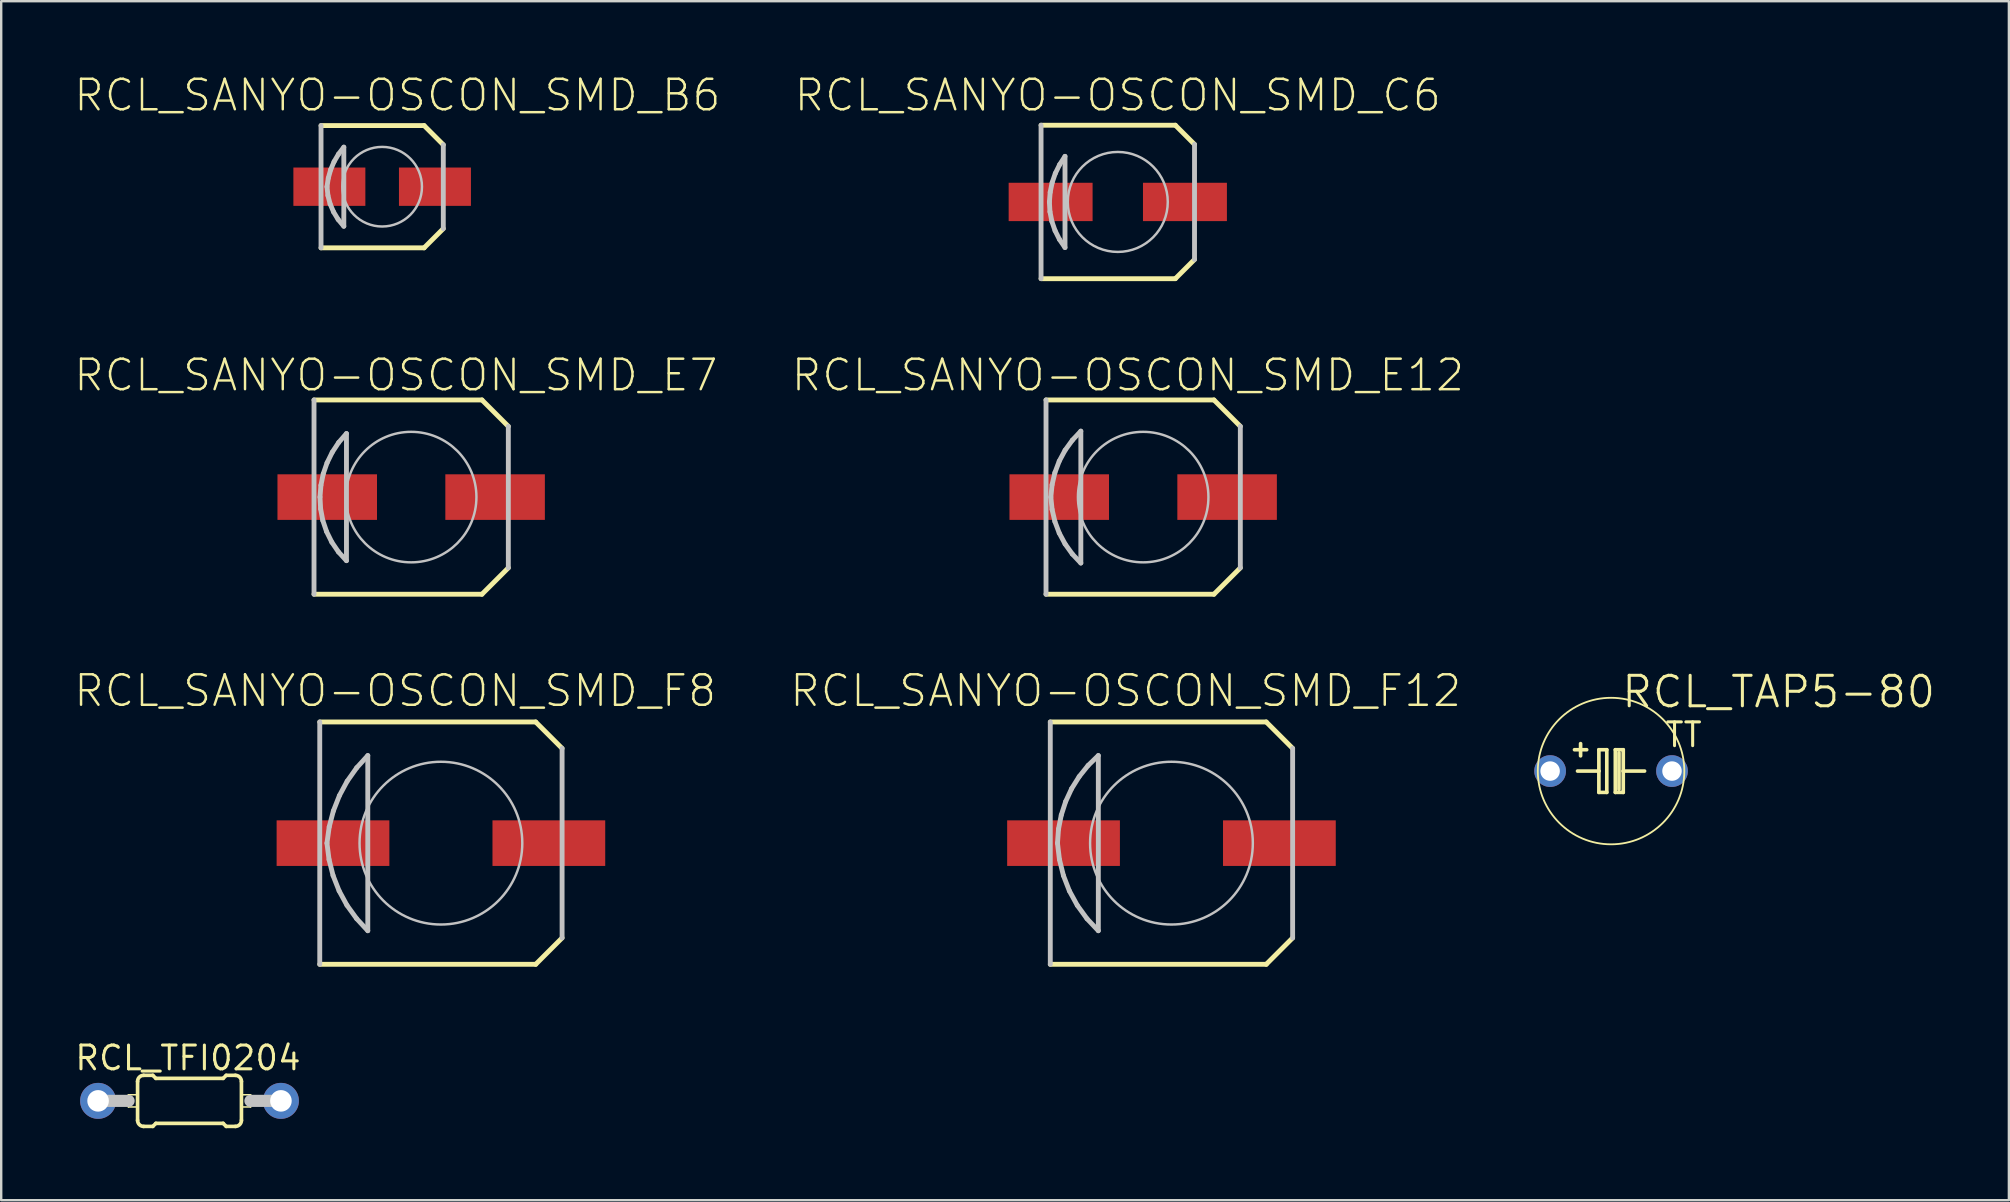
<source format=kicad_pcb>
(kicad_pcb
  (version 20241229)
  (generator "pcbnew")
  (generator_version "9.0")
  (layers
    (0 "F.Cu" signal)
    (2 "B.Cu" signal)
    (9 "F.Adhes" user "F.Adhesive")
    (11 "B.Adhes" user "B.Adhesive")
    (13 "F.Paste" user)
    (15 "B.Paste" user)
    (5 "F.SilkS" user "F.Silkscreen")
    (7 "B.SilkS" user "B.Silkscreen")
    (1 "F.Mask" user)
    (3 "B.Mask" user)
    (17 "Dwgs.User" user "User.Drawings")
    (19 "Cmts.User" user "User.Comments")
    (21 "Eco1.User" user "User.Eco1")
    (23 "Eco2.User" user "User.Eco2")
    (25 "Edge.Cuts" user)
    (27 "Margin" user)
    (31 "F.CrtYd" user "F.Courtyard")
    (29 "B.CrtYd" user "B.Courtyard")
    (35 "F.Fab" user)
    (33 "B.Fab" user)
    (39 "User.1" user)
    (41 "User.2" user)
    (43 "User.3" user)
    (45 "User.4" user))
  (footprint "RCL_TFI0204"
    (layer "F.Cu")
    (at 4.848 42.83)
    (property "Reference" "RCL_TFI0204" (at -0.064 -1.788 0) (layer "F.SilkS") (effects (font (size 0.991 0.991) (thickness 0.127))))
    (attr exclude_from_pos_files exclude_from_bom)
    (fp_line (start -2.545 -0.254) (end -2.164 -0.254) (stroke (width 0.066) (type solid)) (layer "F.SilkS"))
    (fp_line (start -2.545 0.254) (end -2.545 -0.254) (stroke (width 0.066) (type solid)) (layer "F.SilkS"))
    (fp_line (start -2.545 0.254) (end -2.164 0.254) (stroke (width 0.066) (type solid)) (layer "F.SilkS"))
    (fp_line (start -2.164 0.254) (end -2.164 -0.254) (stroke (width 0.066) (type solid)) (layer "F.SilkS"))
    (fp_line (start -2.164 0.81) (end -2.164 -0.81) (stroke (width 0.152) (type solid)) (layer "F.SilkS"))
    (fp_line (start -1.91 -1.064) (end -1.529 -1.064) (stroke (width 0.152) (type solid)) (layer "F.SilkS"))
    (fp_line (start -1.91 1.064) (end -1.529 1.064) (stroke (width 0.152) (type solid)) (layer "F.SilkS"))
    (fp_line (start -1.402 -0.937) (end -1.529 -1.064) (stroke (width 0.152) (type solid)) (layer "F.SilkS"))
    (fp_line (start -1.402 0.937) (end -1.529 1.064) (stroke (width 0.152) (type solid)) (layer "F.SilkS"))
    (fp_line (start 1.402 -0.937) (end -1.402 -0.937) (stroke (width 0.152) (type solid)) (layer "F.SilkS"))
    (fp_line (start 1.402 -0.937) (end 1.529 -1.064) (stroke (width 0.152) (type solid)) (layer "F.SilkS"))
    (fp_line (start 1.402 0.937) (end -1.402 0.937) (stroke (width 0.152) (type solid)) (layer "F.SilkS"))
    (fp_line (start 1.402 0.937) (end 1.529 1.064) (stroke (width 0.152) (type solid)) (layer "F.SilkS"))
    (fp_line (start 1.91 -1.064) (end 1.529 -1.064) (stroke (width 0.152) (type solid)) (layer "F.SilkS"))
    (fp_line (start 1.91 1.064) (end 1.529 1.064) (stroke (width 0.152) (type solid)) (layer "F.SilkS"))
    (fp_line (start 2.164 -0.254) (end 2.545 -0.254) (stroke (width 0.066) (type solid)) (layer "F.SilkS"))
    (fp_line (start 2.164 0.254) (end 2.164 -0.254) (stroke (width 0.066) (type solid)) (layer "F.SilkS"))
    (fp_line (start 2.164 0.254) (end 2.545 0.254) (stroke (width 0.066) (type solid)) (layer "F.SilkS"))
    (fp_line (start 2.164 0.81) (end 2.164 -0.81) (stroke (width 0.152) (type solid)) (layer "F.SilkS"))
    (fp_line (start 2.545 0.254) (end 2.545 -0.254) (stroke (width 0.066) (type solid)) (layer "F.SilkS"))
    (fp_arc (start -2.16408 -0.81026) (mid -2.089685 -0.989865) (end -1.91008 -1.06426) (stroke (width 0.1524) (type solid)) (layer "F.SilkS"))
    (fp_arc (start -1.91008 1.06426) (mid -2.089685 0.989865) (end -2.16408 0.81026) (stroke (width 0.1524) (type solid)) (layer "F.SilkS"))
    (fp_arc (start 1.91008 -1.06426) (mid 2.089685 -0.989865) (end 2.16408 -0.81026) (stroke (width 0.1524) (type solid)) (layer "F.SilkS"))
    (fp_arc (start 2.16408 0.81026) (mid 2.089685 0.989865) (end 1.91008 1.06426) (stroke (width 0.1524) (type solid)) (layer "F.SilkS"))
    (fp_line (start -3.81 0) (end -2.54 0) (stroke (width 0.508) (type solid)) (layer "Dwgs.User"))
    (fp_line (start 3.81 0) (end 2.54 0) (stroke (width 0.508) (type solid)) (layer "Dwgs.User"))
    (pad "1" thru_hole circle (at -3.81 0) (size 1.499 1.499) (drill 0.899) (layers "*.Cu" "*.Paste" "*.Mask"))
    (pad "2" thru_hole circle (at 3.81 0) (size 1.499 1.499) (drill 0.899) (layers "*.Cu" "*.Paste" "*.Mask")))
  (footprint "RCL_SANYO-OSCON_SMD_B6"
    (layer "F.Cu")
    (at 12.877 4.731)
    (property "Reference" "RCL_SANYO-OSCON_SMD_B6" (at 0.635 -3.81 0) (layer "F.SilkS") (effects (font (size 1.27 1.27) (thickness 0.102))))
    (attr smd)
    (fp_line (start -2.548 -2.548) (end 1.748 -2.548) (stroke (width 0.203) (type solid)) (layer "F.SilkS"))
    (fp_line (start 1.748 -2.548) (end 2.548 -1.748) (stroke (width 0.203) (type solid)) (layer "F.SilkS"))
    (fp_line (start 1.748 2.548) (end -2.548 2.548) (stroke (width 0.203) (type solid)) (layer "F.SilkS"))
    (fp_line (start 2.548 1.748) (end 1.748 2.548) (stroke (width 0.203) (type solid)) (layer "F.SilkS"))
    (fp_line (start -2.548 2.548) (end -2.548 -2.548) (stroke (width 0.203) (type solid)) (layer "Dwgs.User"))
    (fp_line (start -2.299 0) (end -2.261 0.363) (stroke (width 0.203) (type solid)) (layer "Dwgs.User"))
    (fp_line (start -2.261 0.363) (end -2.169 0.719) (stroke (width 0.203) (type solid)) (layer "Dwgs.User"))
    (fp_line (start -2.245 -0.358) (end -2.299 0) (stroke (width 0.203) (type solid)) (layer "Dwgs.User"))
    (fp_line (start -2.169 0.719) (end -2.024 1.054) (stroke (width 0.203) (type solid)) (layer "Dwgs.User"))
    (fp_line (start -2.146 -0.709) (end -2.245 -0.358) (stroke (width 0.203) (type solid)) (layer "Dwgs.User"))
    (fp_line (start -2.024 1.054) (end -1.834 1.367) (stroke (width 0.203) (type solid)) (layer "Dwgs.User"))
    (fp_line (start -2.004 -1.044) (end -2.146 -0.709) (stroke (width 0.203) (type solid)) (layer "Dwgs.User"))
    (fp_line (start -1.834 1.367) (end -1.598 1.648) (stroke (width 0.203) (type solid)) (layer "Dwgs.User"))
    (fp_line (start -1.819 -1.359) (end -2.004 -1.044) (stroke (width 0.203) (type solid)) (layer "Dwgs.User"))
    (fp_line (start -1.598 -1.648) (end -1.819 -1.359) (stroke (width 0.203) (type solid)) (layer "Dwgs.User"))
    (fp_line (start -1.598 1.648) (end -1.598 -1.648) (stroke (width 0.203) (type solid)) (layer "Dwgs.User"))
    (fp_line (start 2.548 -1.748) (end 2.548 1.748) (stroke (width 0.203) (type solid)) (layer "Dwgs.User"))
    (fp_circle (center 0 0) (end -1.173 1.173) (stroke (width 0.102) (type solid)) (fill no) (layer "Dwgs.User"))
    (pad "+" smd rect (at 2.2 0) (size 3 1.598) (layers "F.Cu" "F.Mask" "F.Paste"))
    (pad "-" smd rect (at -2.2 0) (size 3 1.598) (layers "F.Cu" "F.Mask" "F.Paste")))
  (footprint "RCL_SANYO-OSCON_SMD_C6"
    (layer "F.Cu")
    (at 43.535 5.366)
    (property "Reference" "RCL_SANYO-OSCON_SMD_C6" (at 0 -4.445 0) (layer "F.SilkS") (effects (font (size 1.27 1.27) (thickness 0.102))))
    (attr smd)
    (fp_line (start -3.198 -3.198) (end 2.398 -3.198) (stroke (width 0.203) (type solid)) (layer "F.SilkS"))
    (fp_line (start 2.398 -3.198) (end 3.198 -2.398) (stroke (width 0.203) (type solid)) (layer "F.SilkS"))
    (fp_line (start 2.398 3.198) (end -3.198 3.198) (stroke (width 0.203) (type solid)) (layer "F.SilkS"))
    (fp_line (start 3.198 2.398) (end 2.398 3.198) (stroke (width 0.203) (type solid)) (layer "F.SilkS"))
    (fp_line (start -3.198 3.198) (end -3.198 -3.198) (stroke (width 0.203) (type solid)) (layer "Dwgs.User"))
    (fp_line (start -2.85 0) (end -2.817 -0.406) (stroke (width 0.203) (type solid)) (layer "Dwgs.User"))
    (fp_line (start -2.827 0.406) (end -2.85 0) (stroke (width 0.203) (type solid)) (layer "Dwgs.User"))
    (fp_line (start -2.817 -0.406) (end -2.736 -0.805) (stroke (width 0.203) (type solid)) (layer "Dwgs.User"))
    (fp_line (start -2.748 0.808) (end -2.827 0.406) (stroke (width 0.203) (type solid)) (layer "Dwgs.User"))
    (fp_line (start -2.736 -0.805) (end -2.603 -1.191) (stroke (width 0.203) (type solid)) (layer "Dwgs.User"))
    (fp_line (start -2.614 1.196) (end -2.748 0.808) (stroke (width 0.203) (type solid)) (layer "Dwgs.User"))
    (fp_line (start -2.603 -1.191) (end -2.423 -1.557) (stroke (width 0.203) (type solid)) (layer "Dwgs.User"))
    (fp_line (start -2.431 1.562) (end -2.614 1.196) (stroke (width 0.203) (type solid)) (layer "Dwgs.User"))
    (fp_line (start -2.423 -1.557) (end -2.2 -1.9) (stroke (width 0.203) (type solid)) (layer "Dwgs.User"))
    (fp_line (start -2.2 -1.9) (end -2.2 1.9) (stroke (width 0.203) (type solid)) (layer "Dwgs.User"))
    (fp_line (start -2.2 1.9) (end -2.431 1.562) (stroke (width 0.203) (type solid)) (layer "Dwgs.User"))
    (fp_line (start 3.198 -2.398) (end 3.198 2.398) (stroke (width 0.203) (type solid)) (layer "Dwgs.User"))
    (fp_circle (center 0 0) (end -1.473 1.473) (stroke (width 0.102) (type solid)) (fill no) (layer "Dwgs.User"))
    (pad "+" smd rect (at 2.799 0) (size 3.498 1.598) (layers "F.Cu" "F.Mask" "F.Paste"))
    (pad "-" smd rect (at -2.799 0) (size 3.498 1.598) (layers "F.Cu" "F.Mask" "F.Paste")))
  (footprint "RCL_SANYO-OSCON_SMD_E12"
    (layer "F.Cu")
    (at 44.593 17.667)
    (property "Reference" "RCL_SANYO-OSCON_SMD_E12" (at -0.635 -5.08 0) (layer "F.SilkS") (effects (font (size 1.27 1.27) (thickness 0.102))))
    (attr smd)
    (fp_line (start -4.049 -4.049) (end 2.949 -4.049) (stroke (width 0.203) (type solid)) (layer "F.SilkS"))
    (fp_line (start 2.949 -4.049) (end 4.049 -2.949) (stroke (width 0.203) (type solid)) (layer "F.SilkS"))
    (fp_line (start 2.949 4.049) (end -4.049 4.049) (stroke (width 0.203) (type solid)) (layer "F.SilkS"))
    (fp_line (start 4.049 2.949) (end 2.949 4.049) (stroke (width 0.203) (type solid)) (layer "F.SilkS"))
    (fp_line (start -4.049 4.049) (end -4.049 -4.049) (stroke (width 0.203) (type solid)) (layer "Dwgs.User"))
    (fp_line (start -3.848 0) (end -3.797 0.513) (stroke (width 0.203) (type solid)) (layer "Dwgs.User"))
    (fp_line (start -3.797 -0.513) (end -3.848 0) (stroke (width 0.203) (type solid)) (layer "Dwgs.User"))
    (fp_line (start -3.797 0.513) (end -3.68 1.016) (stroke (width 0.203) (type solid)) (layer "Dwgs.User"))
    (fp_line (start -3.68 -1.016) (end -3.797 -0.513) (stroke (width 0.203) (type solid)) (layer "Dwgs.User"))
    (fp_line (start -3.68 1.016) (end -3.498 1.499) (stroke (width 0.203) (type solid)) (layer "Dwgs.User"))
    (fp_line (start -3.498 -1.499) (end -3.68 -1.016) (stroke (width 0.203) (type solid)) (layer "Dwgs.User"))
    (fp_line (start -3.498 1.499) (end -3.254 1.953) (stroke (width 0.203) (type solid)) (layer "Dwgs.User"))
    (fp_line (start -3.254 -1.953) (end -3.498 -1.499) (stroke (width 0.203) (type solid)) (layer "Dwgs.User"))
    (fp_line (start -3.254 1.953) (end -2.954 2.372) (stroke (width 0.203) (type solid)) (layer "Dwgs.User"))
    (fp_line (start -2.954 2.372) (end -2.598 2.748) (stroke (width 0.203) (type solid)) (layer "Dwgs.User"))
    (fp_line (start -2.951 -2.372) (end -3.254 -1.953) (stroke (width 0.203) (type solid)) (layer "Dwgs.User"))
    (fp_line (start -2.598 -2.748) (end -2.951 -2.372) (stroke (width 0.203) (type solid)) (layer "Dwgs.User"))
    (fp_line (start -2.598 2.748) (end -2.598 -2.748) (stroke (width 0.203) (type solid)) (layer "Dwgs.User"))
    (fp_line (start 4.049 -2.949) (end 4.049 2.949) (stroke (width 0.203) (type solid)) (layer "Dwgs.User"))
    (fp_circle (center 0 0) (end -1.923 1.923) (stroke (width 0.102) (type solid)) (fill no) (layer "Dwgs.User"))
    (pad "+" smd rect (at 3.498 0) (size 4.148 1.9) (layers "F.Cu" "F.Mask" "F.Paste"))
    (pad "-" smd rect (at -3.498 0) (size 4.148 1.9) (layers "F.Cu" "F.Mask" "F.Paste")))
  (footprint "RCL_TAP5-80"
    (layer "F.Cu")
    (at 64.093 29.085)
    (property "Reference" "RCL_TAP5-80" (at 6.985 -3.302 0) (layer "F.SilkS") (effects (font (size 1.27 1.27) (thickness 0.127))))
    (attr exclude_from_pos_files exclude_from_bom)
    (fp_line (start -1.397 0) (end -0.508 0) (stroke (width 0.152) (type solid)) (layer "F.SilkS"))
    (fp_line (start -1.27 -0.635) (end -1.27 -1.143) (stroke (width 0.152) (type solid)) (layer "F.SilkS"))
    (fp_line (start -1.016 -0.889) (end -1.524 -0.889) (stroke (width 0.152) (type solid)) (layer "F.SilkS"))
    (fp_line (start -0.508 -0.889) (end -0.508 0) (stroke (width 0.152) (type solid)) (layer "F.SilkS"))
    (fp_line (start -0.508 0) (end -0.508 0.889) (stroke (width 0.152) (type solid)) (layer "F.SilkS"))
    (fp_line (start -0.508 0.889) (end -0.178 0.889) (stroke (width 0.152) (type solid)) (layer "F.SilkS"))
    (fp_line (start -0.178 -0.889) (end -0.508 -0.889) (stroke (width 0.152) (type solid)) (layer "F.SilkS"))
    (fp_line (start -0.178 0.889) (end -0.178 -0.889) (stroke (width 0.152) (type solid)) (layer "F.SilkS"))
    (fp_line (start 0.178 -0.889) (end 0.178 0.889) (stroke (width 0.152) (type solid)) (layer "F.SilkS"))
    (fp_line (start 0.178 0.889) (end 0.508 0.889) (stroke (width 0.152) (type solid)) (layer "F.SilkS"))
    (fp_line (start 0.33 0.762) (end 0.33 -0.762) (stroke (width 0.152) (type solid)) (layer "F.SilkS"))
    (fp_line (start 0.508 -0.889) (end 0.178 -0.889) (stroke (width 0.152) (type solid)) (layer "F.SilkS"))
    (fp_line (start 0.508 0) (end 0.508 -0.889) (stroke (width 0.152) (type solid)) (layer "F.SilkS"))
    (fp_line (start 0.508 0) (end 1.397 0) (stroke (width 0.152) (type solid)) (layer "F.SilkS"))
    (fp_line (start 0.508 0.889) (end 0.508 0) (stroke (width 0.152) (type solid)) (layer "F.SilkS"))
    (fp_circle (center 0 0) (end -2.159 2.159) (stroke (width 0.076) (type solid)) (fill no) (layer "F.SilkS"))
    (fp_text user "TT" (at 3.023 -1.511 0) (layer "F.SilkS") (effects (font (size 0.991 0.991) (thickness 0.127))))
    (pad "+" thru_hole circle (at -2.54 0) (size 1.321 1.321) (drill 0.813) (layers "*.Cu" "*.Paste" "*.Mask"))
    (pad "-" thru_hole circle (at 2.54 0) (size 1.321 1.321) (drill 0.813) (layers "*.Cu" "*.Paste" "*.Mask")))
  (footprint "RCL_SANYO-OSCON_SMD_F8"
    (layer "F.Cu")
    (at 15.326 32.089)
    (property "Reference" "RCL_SANYO-OSCON_SMD_F8" (at -1.905 -6.35 0) (layer "F.SilkS") (effects (font (size 1.27 1.27) (thickness 0.102))))
    (attr smd)
    (fp_line (start -5.05 -5.05) (end 3.95 -5.05) (stroke (width 0.203) (type solid)) (layer "F.SilkS"))
    (fp_line (start 3.95 -5.05) (end 5.05 -3.95) (stroke (width 0.203) (type solid)) (layer "F.SilkS"))
    (fp_line (start 3.95 5.05) (end -5.05 5.05) (stroke (width 0.203) (type solid)) (layer "F.SilkS"))
    (fp_line (start 5.05 3.95) (end 3.95 5.05) (stroke (width 0.203) (type solid)) (layer "F.SilkS"))
    (fp_line (start -5.05 5.05) (end -5.05 -5.05) (stroke (width 0.203) (type solid)) (layer "Dwgs.User"))
    (fp_line (start -4.75 0) (end -4.663 0.681) (stroke (width 0.203) (type solid)) (layer "Dwgs.User"))
    (fp_line (start -4.663 0.681) (end -4.496 1.346) (stroke (width 0.203) (type solid)) (layer "Dwgs.User"))
    (fp_line (start -4.656 -0.678) (end -4.75 0) (stroke (width 0.203) (type solid)) (layer "Dwgs.User"))
    (fp_line (start -4.496 1.346) (end -4.244 1.986) (stroke (width 0.203) (type solid)) (layer "Dwgs.User"))
    (fp_line (start -4.483 -1.341) (end -4.656 -0.678) (stroke (width 0.203) (type solid)) (layer "Dwgs.User"))
    (fp_line (start -4.244 1.986) (end -3.917 2.588) (stroke (width 0.203) (type solid)) (layer "Dwgs.User"))
    (fp_line (start -4.232 -1.979) (end -4.483 -1.341) (stroke (width 0.203) (type solid)) (layer "Dwgs.User"))
    (fp_line (start -3.917 2.588) (end -3.515 3.145) (stroke (width 0.203) (type solid)) (layer "Dwgs.User"))
    (fp_line (start -3.907 -2.581) (end -4.232 -1.979) (stroke (width 0.203) (type solid)) (layer "Dwgs.User"))
    (fp_line (start -3.515 3.145) (end -3.048 3.65) (stroke (width 0.203) (type solid)) (layer "Dwgs.User"))
    (fp_line (start -3.51 -3.142) (end -3.907 -2.581) (stroke (width 0.203) (type solid)) (layer "Dwgs.User"))
    (fp_line (start -3.048 -3.65) (end -3.51 -3.142) (stroke (width 0.203) (type solid)) (layer "Dwgs.User"))
    (fp_line (start -3.048 3.65) (end -3.048 -3.65) (stroke (width 0.203) (type solid)) (layer "Dwgs.User"))
    (fp_line (start 5.05 -3.95) (end 5.05 3.95) (stroke (width 0.203) (type solid)) (layer "Dwgs.User"))
    (fp_circle (center 0 0) (end -2.398 2.398) (stroke (width 0.102) (type solid)) (fill no) (layer "Dwgs.User"))
    (pad "+" smd rect (at 4.498 0) (size 4.699 1.9) (layers "F.Cu" "F.Mask" "F.Paste"))
    (pad "-" smd rect (at -4.498 0) (size 4.699 1.9) (layers "F.Cu" "F.Mask" "F.Paste")))
  (footprint "RCL_SANYO-OSCON_SMD_F12"
    (layer "F.Cu")
    (at 45.772 32.089)
    (property "Reference" "RCL_SANYO-OSCON_SMD_F12" (at -1.905 -6.35 0) (layer "F.SilkS") (effects (font (size 1.27 1.27) (thickness 0.102))))
    (attr smd)
    (fp_line (start -5.05 -5.05) (end 3.95 -5.05) (stroke (width 0.203) (type solid)) (layer "F.SilkS"))
    (fp_line (start 3.95 -5.05) (end 5.05 -3.95) (stroke (width 0.203) (type solid)) (layer "F.SilkS"))
    (fp_line (start 3.95 5.05) (end -5.05 5.05) (stroke (width 0.203) (type solid)) (layer "F.SilkS"))
    (fp_line (start 5.05 3.95) (end 3.95 5.05) (stroke (width 0.203) (type solid)) (layer "F.SilkS"))
    (fp_line (start -5.05 5.05) (end -5.05 -5.05) (stroke (width 0.203) (type solid)) (layer "Dwgs.User"))
    (fp_line (start -4.75 0) (end -4.669 0.681) (stroke (width 0.203) (type solid)) (layer "Dwgs.User"))
    (fp_line (start -4.707 -0.589) (end -4.75 0) (stroke (width 0.203) (type solid)) (layer "Dwgs.User"))
    (fp_line (start -4.669 0.681) (end -4.503 1.349) (stroke (width 0.203) (type solid)) (layer "Dwgs.User"))
    (fp_line (start -4.592 -1.171) (end -4.707 -0.589) (stroke (width 0.203) (type solid)) (layer "Dwgs.User"))
    (fp_line (start -4.503 1.349) (end -4.255 1.989) (stroke (width 0.203) (type solid)) (layer "Dwgs.User"))
    (fp_line (start -4.409 -1.735) (end -4.592 -1.171) (stroke (width 0.203) (type solid)) (layer "Dwgs.User"))
    (fp_line (start -4.255 1.989) (end -3.924 2.593) (stroke (width 0.203) (type solid)) (layer "Dwgs.User"))
    (fp_line (start -4.161 -2.271) (end -4.409 -1.735) (stroke (width 0.203) (type solid)) (layer "Dwgs.User"))
    (fp_line (start -3.924 2.593) (end -3.52 3.15) (stroke (width 0.203) (type solid)) (layer "Dwgs.User"))
    (fp_line (start -3.846 -2.774) (end -4.161 -2.271) (stroke (width 0.203) (type solid)) (layer "Dwgs.User"))
    (fp_line (start -3.52 3.15) (end -3.048 3.65) (stroke (width 0.203) (type solid)) (layer "Dwgs.User"))
    (fp_line (start -3.475 -3.236) (end -3.846 -2.774) (stroke (width 0.203) (type solid)) (layer "Dwgs.User"))
    (fp_line (start -3.048 -3.65) (end -3.475 -3.236) (stroke (width 0.203) (type solid)) (layer "Dwgs.User"))
    (fp_line (start -3.048 3.65) (end -3.048 -3.65) (stroke (width 0.203) (type solid)) (layer "Dwgs.User"))
    (fp_line (start 5.05 -3.95) (end 5.05 3.95) (stroke (width 0.203) (type solid)) (layer "Dwgs.User"))
    (fp_circle (center 0 0) (end -2.398 2.398) (stroke (width 0.102) (type solid)) (fill no) (layer "Dwgs.User"))
    (pad "+" smd rect (at 4.498 0) (size 4.699 1.9) (layers "F.Cu" "F.Mask" "F.Paste"))
    (pad "-" smd rect (at -4.498 0) (size 4.699 1.9) (layers "F.Cu" "F.Mask" "F.Paste")))
  (footprint "RCL_SANYO-OSCON_SMD_E7"
    (layer "F.Cu")
    (at 14.086 17.667)
    (property "Reference" "RCL_SANYO-OSCON_SMD_E7" (at -0.635 -5.08 0) (layer "F.SilkS") (effects (font (size 1.27 1.27) (thickness 0.102))))
    (attr smd)
    (fp_line (start -4.049 -4.049) (end 2.949 -4.049) (stroke (width 0.203) (type solid)) (layer "F.SilkS"))
    (fp_line (start 2.949 -4.049) (end 4.049 -2.949) (stroke (width 0.203) (type solid)) (layer "F.SilkS"))
    (fp_line (start 2.949 4.049) (end -4.049 4.049) (stroke (width 0.203) (type solid)) (layer "F.SilkS"))
    (fp_line (start 4.049 2.949) (end 2.949 4.049) (stroke (width 0.203) (type solid)) (layer "F.SilkS"))
    (fp_line (start -4.049 4.049) (end -4.049 -4.049) (stroke (width 0.203) (type solid)) (layer "Dwgs.User"))
    (fp_line (start -3.8 0) (end -3.762 -0.488) (stroke (width 0.203) (type solid)) (layer "Dwgs.User"))
    (fp_line (start -3.774 0.49) (end -3.8 0) (stroke (width 0.203) (type solid)) (layer "Dwgs.User"))
    (fp_line (start -3.762 -0.488) (end -3.665 -0.968) (stroke (width 0.203) (type solid)) (layer "Dwgs.User"))
    (fp_line (start -3.683 0.973) (end -3.774 0.49) (stroke (width 0.203) (type solid)) (layer "Dwgs.User"))
    (fp_line (start -3.665 -0.968) (end -3.505 -1.43) (stroke (width 0.203) (type solid)) (layer "Dwgs.User"))
    (fp_line (start -3.526 1.438) (end -3.683 0.973) (stroke (width 0.203) (type solid)) (layer "Dwgs.User"))
    (fp_line (start -3.505 -1.43) (end -3.289 -1.869) (stroke (width 0.203) (type solid)) (layer "Dwgs.User"))
    (fp_line (start -3.307 1.88) (end -3.526 1.438) (stroke (width 0.203) (type solid)) (layer "Dwgs.User"))
    (fp_line (start -3.289 -1.869) (end -3.02 -2.278) (stroke (width 0.203) (type solid)) (layer "Dwgs.User"))
    (fp_line (start -3.03 2.286) (end -3.307 1.88) (stroke (width 0.203) (type solid)) (layer "Dwgs.User"))
    (fp_line (start -3.02 -2.278) (end -2.697 -2.649) (stroke (width 0.203) (type solid)) (layer "Dwgs.User"))
    (fp_line (start -2.697 -2.649) (end -2.697 2.649) (stroke (width 0.203) (type solid)) (layer "Dwgs.User"))
    (fp_line (start -2.697 2.649) (end -3.03 2.286) (stroke (width 0.203) (type solid)) (layer "Dwgs.User"))
    (fp_line (start 4.049 -2.949) (end 4.049 2.949) (stroke (width 0.203) (type solid)) (layer "Dwgs.User"))
    (fp_circle (center 0 0) (end -1.923 1.923) (stroke (width 0.102) (type solid)) (fill no) (layer "Dwgs.User"))
    (pad "+" smd rect (at 3.498 0) (size 4.148 1.9) (layers "F.Cu" "F.Mask" "F.Paste"))
    (pad "-" smd rect (at -3.498 0) (size 4.148 1.9) (layers "F.Cu" "F.Mask" "F.Paste")))
  (gr_rect
    (start -3 -3)
    (end 80.673 46.971)
    (stroke (width 0.1) (type default))
    (fill no)
    (layer "Edge.Cuts")))
</source>
